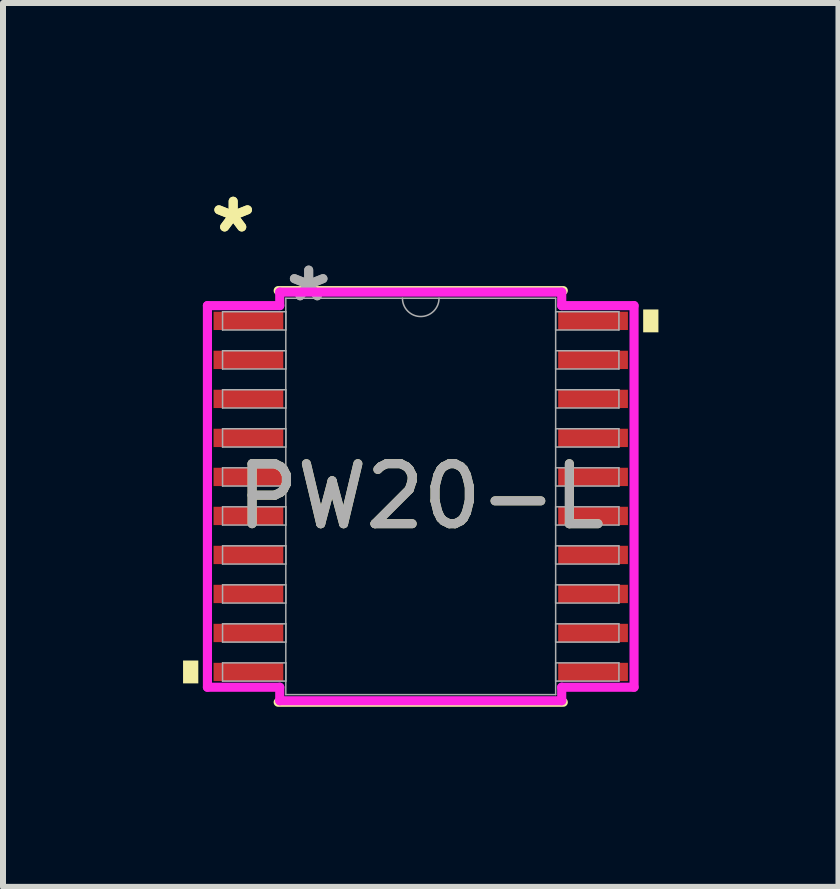
<source format=kicad_pcb>
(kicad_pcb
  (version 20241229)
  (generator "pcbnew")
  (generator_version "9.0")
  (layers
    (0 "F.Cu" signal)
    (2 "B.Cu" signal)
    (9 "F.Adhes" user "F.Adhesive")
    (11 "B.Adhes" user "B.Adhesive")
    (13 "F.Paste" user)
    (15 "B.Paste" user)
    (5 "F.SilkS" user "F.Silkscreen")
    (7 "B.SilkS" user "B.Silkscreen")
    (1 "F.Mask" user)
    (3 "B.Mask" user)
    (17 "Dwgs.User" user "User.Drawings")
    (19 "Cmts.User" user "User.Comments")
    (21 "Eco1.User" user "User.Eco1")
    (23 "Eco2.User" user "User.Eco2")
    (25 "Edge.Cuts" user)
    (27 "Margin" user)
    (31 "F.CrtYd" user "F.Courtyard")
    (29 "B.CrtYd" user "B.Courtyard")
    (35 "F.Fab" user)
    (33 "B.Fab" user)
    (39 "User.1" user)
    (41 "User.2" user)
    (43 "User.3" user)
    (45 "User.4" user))
  (footprint "PW20-L"
    (layer "F.Cu")
    (at 3.96 5.221)
    (property "Reference" "PW20-L" (at 0 0 0) (unlocked yes) (layer "F.SilkS") (effects (font (size 1 1) (thickness 0.15))))
    (attr smd)
    (fp_line (start -2.375 3.429) (end 2.375 3.429) (stroke (width 0.152) (type solid)) (layer "F.SilkS"))
    (fp_line (start 2.375 -3.429) (end -2.375 -3.429) (stroke (width 0.152) (type solid)) (layer "F.SilkS"))
    (fp_poly (pts (xy -3.96 2.734) (xy -3.96 3.115) (xy -3.706 3.115) (xy -3.706 2.734)) (stroke (width 0) (type solid)) (fill yes) (layer "F.SilkS"))
    (fp_poly (pts (xy 3.96 -3.115) (xy 3.96 -2.734) (xy 3.706 -2.734) (xy 3.706 -3.115)) (stroke (width 0) (type solid)) (fill yes) (layer "F.SilkS"))
    (fp_line (start -3.554 -3.179) (end -2.349 -3.179) (stroke (width 0.152) (type solid)) (layer "F.CrtYd"))
    (fp_line (start -3.554 3.179) (end -3.554 -3.179) (stroke (width 0.152) (type solid)) (layer "F.CrtYd"))
    (fp_line (start -3.554 3.179) (end -2.349 3.179) (stroke (width 0.152) (type solid)) (layer "F.CrtYd"))
    (fp_line (start -2.349 -3.404) (end 2.349 -3.404) (stroke (width 0.152) (type solid)) (layer "F.CrtYd"))
    (fp_line (start -2.349 -3.179) (end -2.349 -3.404) (stroke (width 0.152) (type solid)) (layer "F.CrtYd"))
    (fp_line (start -2.349 3.404) (end -2.349 3.179) (stroke (width 0.152) (type solid)) (layer "F.CrtYd"))
    (fp_line (start 2.349 -3.404) (end 2.349 -3.179) (stroke (width 0.152) (type solid)) (layer "F.CrtYd"))
    (fp_line (start 2.349 3.179) (end 2.349 3.404) (stroke (width 0.152) (type solid)) (layer "F.CrtYd"))
    (fp_line (start 2.349 3.404) (end -2.349 3.404) (stroke (width 0.152) (type solid)) (layer "F.CrtYd"))
    (fp_line (start 3.554 -3.179) (end 2.349 -3.179) (stroke (width 0.152) (type solid)) (layer "F.CrtYd"))
    (fp_line (start 3.554 -3.179) (end 3.554 3.179) (stroke (width 0.152) (type solid)) (layer "F.CrtYd"))
    (fp_line (start 3.554 3.179) (end 2.349 3.179) (stroke (width 0.152) (type solid)) (layer "F.CrtYd"))
    (fp_line (start -3.302 -3.077) (end -3.302 -2.773) (stroke (width 0.025) (type solid)) (layer "F.Fab"))
    (fp_line (start -3.302 -2.773) (end -2.248 -2.773) (stroke (width 0.025) (type solid)) (layer "F.Fab"))
    (fp_line (start -3.302 -2.427) (end -3.302 -2.123) (stroke (width 0.025) (type solid)) (layer "F.Fab"))
    (fp_line (start -3.302 -2.123) (end -2.248 -2.123) (stroke (width 0.025) (type solid)) (layer "F.Fab"))
    (fp_line (start -3.302 -1.777) (end -3.302 -1.473) (stroke (width 0.025) (type solid)) (layer "F.Fab"))
    (fp_line (start -3.302 -1.473) (end -2.248 -1.473) (stroke (width 0.025) (type solid)) (layer "F.Fab"))
    (fp_line (start -3.302 -1.127) (end -3.302 -0.823) (stroke (width 0.025) (type solid)) (layer "F.Fab"))
    (fp_line (start -3.302 -0.823) (end -2.248 -0.823) (stroke (width 0.025) (type solid)) (layer "F.Fab"))
    (fp_line (start -3.302 -0.477) (end -3.302 -0.173) (stroke (width 0.025) (type solid)) (layer "F.Fab"))
    (fp_line (start -3.302 -0.173) (end -2.248 -0.173) (stroke (width 0.025) (type solid)) (layer "F.Fab"))
    (fp_line (start -3.302 0.173) (end -3.302 0.477) (stroke (width 0.025) (type solid)) (layer "F.Fab"))
    (fp_line (start -3.302 0.477) (end -2.248 0.477) (stroke (width 0.025) (type solid)) (layer "F.Fab"))
    (fp_line (start -3.302 0.823) (end -3.302 1.127) (stroke (width 0.025) (type solid)) (layer "F.Fab"))
    (fp_line (start -3.302 1.127) (end -2.248 1.127) (stroke (width 0.025) (type solid)) (layer "F.Fab"))
    (fp_line (start -3.302 1.473) (end -3.302 1.777) (stroke (width 0.025) (type solid)) (layer "F.Fab"))
    (fp_line (start -3.302 1.777) (end -2.248 1.777) (stroke (width 0.025) (type solid)) (layer "F.Fab"))
    (fp_line (start -3.302 2.123) (end -3.302 2.427) (stroke (width 0.025) (type solid)) (layer "F.Fab"))
    (fp_line (start -3.302 2.427) (end -2.248 2.427) (stroke (width 0.025) (type solid)) (layer "F.Fab"))
    (fp_line (start -3.302 2.773) (end -3.302 3.077) (stroke (width 0.025) (type solid)) (layer "F.Fab"))
    (fp_line (start -3.302 3.077) (end -2.248 3.077) (stroke (width 0.025) (type solid)) (layer "F.Fab"))
    (fp_line (start -2.248 -3.302) (end -2.248 3.302) (stroke (width 0.025) (type solid)) (layer "F.Fab"))
    (fp_line (start -2.248 -3.077) (end -3.302 -3.077) (stroke (width 0.025) (type solid)) (layer "F.Fab"))
    (fp_line (start -2.248 -2.773) (end -2.248 -3.077) (stroke (width 0.025) (type solid)) (layer "F.Fab"))
    (fp_line (start -2.248 -2.427) (end -3.302 -2.427) (stroke (width 0.025) (type solid)) (layer "F.Fab"))
    (fp_line (start -2.248 -2.123) (end -2.248 -2.427) (stroke (width 0.025) (type solid)) (layer "F.Fab"))
    (fp_line (start -2.248 -1.777) (end -3.302 -1.777) (stroke (width 0.025) (type solid)) (layer "F.Fab"))
    (fp_line (start -2.248 -1.473) (end -2.248 -1.777) (stroke (width 0.025) (type solid)) (layer "F.Fab"))
    (fp_line (start -2.248 -1.127) (end -3.302 -1.127) (stroke (width 0.025) (type solid)) (layer "F.Fab"))
    (fp_line (start -2.248 -0.823) (end -2.248 -1.127) (stroke (width 0.025) (type solid)) (layer "F.Fab"))
    (fp_line (start -2.248 -0.477) (end -3.302 -0.477) (stroke (width 0.025) (type solid)) (layer "F.Fab"))
    (fp_line (start -2.248 -0.173) (end -2.248 -0.477) (stroke (width 0.025) (type solid)) (layer "F.Fab"))
    (fp_line (start -2.248 0.173) (end -3.302 0.173) (stroke (width 0.025) (type solid)) (layer "F.Fab"))
    (fp_line (start -2.248 0.477) (end -2.248 0.173) (stroke (width 0.025) (type solid)) (layer "F.Fab"))
    (fp_line (start -2.248 0.823) (end -3.302 0.823) (stroke (width 0.025) (type solid)) (layer "F.Fab"))
    (fp_line (start -2.248 1.127) (end -2.248 0.823) (stroke (width 0.025) (type solid)) (layer "F.Fab"))
    (fp_line (start -2.248 1.473) (end -3.302 1.473) (stroke (width 0.025) (type solid)) (layer "F.Fab"))
    (fp_line (start -2.248 1.777) (end -2.248 1.473) (stroke (width 0.025) (type solid)) (layer "F.Fab"))
    (fp_line (start -2.248 2.123) (end -3.302 2.123) (stroke (width 0.025) (type solid)) (layer "F.Fab"))
    (fp_line (start -2.248 2.427) (end -2.248 2.123) (stroke (width 0.025) (type solid)) (layer "F.Fab"))
    (fp_line (start -2.248 2.773) (end -3.302 2.773) (stroke (width 0.025) (type solid)) (layer "F.Fab"))
    (fp_line (start -2.248 3.077) (end -2.248 2.773) (stroke (width 0.025) (type solid)) (layer "F.Fab"))
    (fp_line (start -2.248 3.302) (end 2.248 3.302) (stroke (width 0.025) (type solid)) (layer "F.Fab"))
    (fp_line (start 2.248 -3.302) (end -2.248 -3.302) (stroke (width 0.025) (type solid)) (layer "F.Fab"))
    (fp_line (start 2.248 -3.077) (end 2.248 -2.773) (stroke (width 0.025) (type solid)) (layer "F.Fab"))
    (fp_line (start 2.248 -2.773) (end 3.302 -2.773) (stroke (width 0.025) (type solid)) (layer "F.Fab"))
    (fp_line (start 2.248 -2.427) (end 2.248 -2.123) (stroke (width 0.025) (type solid)) (layer "F.Fab"))
    (fp_line (start 2.248 -2.123) (end 3.302 -2.123) (stroke (width 0.025) (type solid)) (layer "F.Fab"))
    (fp_line (start 2.248 -1.777) (end 2.248 -1.473) (stroke (width 0.025) (type solid)) (layer "F.Fab"))
    (fp_line (start 2.248 -1.473) (end 3.302 -1.473) (stroke (width 0.025) (type solid)) (layer "F.Fab"))
    (fp_line (start 2.248 -1.127) (end 2.248 -0.823) (stroke (width 0.025) (type solid)) (layer "F.Fab"))
    (fp_line (start 2.248 -0.823) (end 3.302 -0.823) (stroke (width 0.025) (type solid)) (layer "F.Fab"))
    (fp_line (start 2.248 -0.477) (end 2.248 -0.173) (stroke (width 0.025) (type solid)) (layer "F.Fab"))
    (fp_line (start 2.248 -0.173) (end 3.302 -0.173) (stroke (width 0.025) (type solid)) (layer "F.Fab"))
    (fp_line (start 2.248 0.173) (end 2.248 0.477) (stroke (width 0.025) (type solid)) (layer "F.Fab"))
    (fp_line (start 2.248 0.477) (end 3.302 0.477) (stroke (width 0.025) (type solid)) (layer "F.Fab"))
    (fp_line (start 2.248 0.823) (end 2.248 1.127) (stroke (width 0.025) (type solid)) (layer "F.Fab"))
    (fp_line (start 2.248 1.127) (end 3.302 1.127) (stroke (width 0.025) (type solid)) (layer "F.Fab"))
    (fp_line (start 2.248 1.473) (end 2.248 1.777) (stroke (width 0.025) (type solid)) (layer "F.Fab"))
    (fp_line (start 2.248 1.777) (end 3.302 1.777) (stroke (width 0.025) (type solid)) (layer "F.Fab"))
    (fp_line (start 2.248 2.123) (end 2.248 2.427) (stroke (width 0.025) (type solid)) (layer "F.Fab"))
    (fp_line (start 2.248 2.427) (end 3.302 2.427) (stroke (width 0.025) (type solid)) (layer "F.Fab"))
    (fp_line (start 2.248 2.773) (end 2.248 3.077) (stroke (width 0.025) (type solid)) (layer "F.Fab"))
    (fp_line (start 2.248 3.077) (end 3.302 3.077) (stroke (width 0.025) (type solid)) (layer "F.Fab"))
    (fp_line (start 2.248 3.302) (end 2.248 -3.302) (stroke (width 0.025) (type solid)) (layer "F.Fab"))
    (fp_line (start 3.302 -3.077) (end 2.248 -3.077) (stroke (width 0.025) (type solid)) (layer "F.Fab"))
    (fp_line (start 3.302 -2.773) (end 3.302 -3.077) (stroke (width 0.025) (type solid)) (layer "F.Fab"))
    (fp_line (start 3.302 -2.427) (end 2.248 -2.427) (stroke (width 0.025) (type solid)) (layer "F.Fab"))
    (fp_line (start 3.302 -2.123) (end 3.302 -2.427) (stroke (width 0.025) (type solid)) (layer "F.Fab"))
    (fp_line (start 3.302 -1.777) (end 2.248 -1.777) (stroke (width 0.025) (type solid)) (layer "F.Fab"))
    (fp_line (start 3.302 -1.473) (end 3.302 -1.777) (stroke (width 0.025) (type solid)) (layer "F.Fab"))
    (fp_line (start 3.302 -1.127) (end 2.248 -1.127) (stroke (width 0.025) (type solid)) (layer "F.Fab"))
    (fp_line (start 3.302 -0.823) (end 3.302 -1.127) (stroke (width 0.025) (type solid)) (layer "F.Fab"))
    (fp_line (start 3.302 -0.477) (end 2.248 -0.477) (stroke (width 0.025) (type solid)) (layer "F.Fab"))
    (fp_line (start 3.302 -0.173) (end 3.302 -0.477) (stroke (width 0.025) (type solid)) (layer "F.Fab"))
    (fp_line (start 3.302 0.173) (end 2.248 0.173) (stroke (width 0.025) (type solid)) (layer "F.Fab"))
    (fp_line (start 3.302 0.477) (end 3.302 0.173) (stroke (width 0.025) (type solid)) (layer "F.Fab"))
    (fp_line (start 3.302 0.823) (end 2.248 0.823) (stroke (width 0.025) (type solid)) (layer "F.Fab"))
    (fp_line (start 3.302 1.127) (end 3.302 0.823) (stroke (width 0.025) (type solid)) (layer "F.Fab"))
    (fp_line (start 3.302 1.473) (end 2.248 1.473) (stroke (width 0.025) (type solid)) (layer "F.Fab"))
    (fp_line (start 3.302 1.777) (end 3.302 1.473) (stroke (width 0.025) (type solid)) (layer "F.Fab"))
    (fp_line (start 3.302 2.123) (end 2.248 2.123) (stroke (width 0.025) (type solid)) (layer "F.Fab"))
    (fp_line (start 3.302 2.427) (end 3.302 2.123) (stroke (width 0.025) (type solid)) (layer "F.Fab"))
    (fp_line (start 3.302 2.773) (end 2.248 2.773) (stroke (width 0.025) (type solid)) (layer "F.Fab"))
    (fp_line (start 3.302 3.077) (end 3.302 2.773) (stroke (width 0.025) (type solid)) (layer "F.Fab"))
    (fp_arc (start 0.3048 -3.302) (mid 0 -2.9972) (end -0.3048 -3.302) (stroke (width 0.0254) (type solid)) (layer "F.Fab"))
    (fp_text user "*" (at -3.125 -4.373 0) (layer "F.SilkS") (effects (font (size 1 1) (thickness 0.15))))
    (fp_text user "*" (at -3.125 -4.373 0) (unlocked yes) (layer "F.SilkS") (effects (font (size 1 1) (thickness 0.15))))
    (fp_text user "*" (at -1.867 -3.226 0) (unlocked yes) (layer "F.Fab") (effects (font (size 1 1) (thickness 0.15))))
    (fp_text user "*" (at -1.867 -3.226 0) (layer "F.Fab") (effects (font (size 1 1) (thickness 0.15))))
    (fp_text user "${REFERENCE}" (at 0 0 0) (unlocked yes) (layer "F.Fab") (effects (font (size 1 1) (thickness 0.15))))
    (pad "1" smd rect (at -2.871 -2.925) (size 1.162 0.305) (layers "F.Cu" "F.Mask" "F.Paste"))
    (pad "2" smd rect (at -2.871 -2.275) (size 1.162 0.305) (layers "F.Cu" "F.Mask" "F.Paste"))
    (pad "3" smd rect (at -2.871 -1.625) (size 1.162 0.305) (layers "F.Cu" "F.Mask" "F.Paste"))
    (pad "4" smd rect (at -2.871 -0.975) (size 1.162 0.305) (layers "F.Cu" "F.Mask" "F.Paste"))
    (pad "5" smd rect (at -2.871 -0.325) (size 1.162 0.305) (layers "F.Cu" "F.Mask" "F.Paste"))
    (pad "6" smd rect (at -2.871 0.325) (size 1.162 0.305) (layers "F.Cu" "F.Mask" "F.Paste"))
    (pad "7" smd rect (at -2.871 0.975) (size 1.162 0.305) (layers "F.Cu" "F.Mask" "F.Paste"))
    (pad "8" smd rect (at -2.871 1.625) (size 1.162 0.305) (layers "F.Cu" "F.Mask" "F.Paste"))
    (pad "9" smd rect (at -2.871 2.275) (size 1.162 0.305) (layers "F.Cu" "F.Mask" "F.Paste"))
    (pad "10" smd rect (at -2.871 2.925) (size 1.162 0.305) (layers "F.Cu" "F.Mask" "F.Paste"))
    (pad "11" smd rect (at 2.871 2.925) (size 1.162 0.305) (layers "F.Cu" "F.Mask" "F.Paste"))
    (pad "12" smd rect (at 2.871 2.275) (size 1.162 0.305) (layers "F.Cu" "F.Mask" "F.Paste"))
    (pad "13" smd rect (at 2.871 1.625) (size 1.162 0.305) (layers "F.Cu" "F.Mask" "F.Paste"))
    (pad "14" smd rect (at 2.871 0.975) (size 1.162 0.305) (layers "F.Cu" "F.Mask" "F.Paste"))
    (pad "15" smd rect (at 2.871 0.325) (size 1.162 0.305) (layers "F.Cu" "F.Mask" "F.Paste"))
    (pad "16" smd rect (at 2.871 -0.325) (size 1.162 0.305) (layers "F.Cu" "F.Mask" "F.Paste"))
    (pad "17" smd rect (at 2.871 -0.975) (size 1.162 0.305) (layers "F.Cu" "F.Mask" "F.Paste"))
    (pad "18" smd rect (at 2.871 -1.625) (size 1.162 0.305) (layers "F.Cu" "F.Mask" "F.Paste"))
    (pad "19" smd rect (at 2.871 -2.275) (size 1.162 0.305) (layers "F.Cu" "F.Mask" "F.Paste"))
    (pad "20" smd rect (at 2.871 -2.925) (size 1.162 0.305) (layers "F.Cu" "F.Mask" "F.Paste")))
  (gr_rect
    (start -3 -3)
    (end 10.92 11.726)
    (stroke (width 0.1) (type default))
    (fill no)
    (layer "Edge.Cuts")))
</source>
